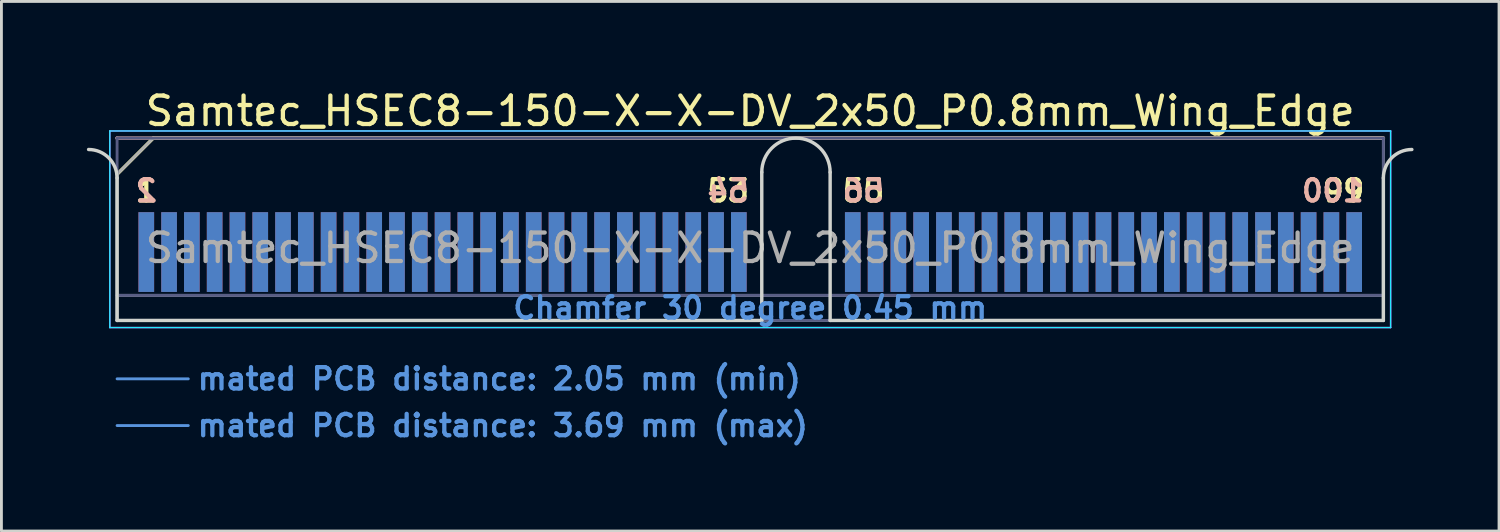
<source format=kicad_pcb>
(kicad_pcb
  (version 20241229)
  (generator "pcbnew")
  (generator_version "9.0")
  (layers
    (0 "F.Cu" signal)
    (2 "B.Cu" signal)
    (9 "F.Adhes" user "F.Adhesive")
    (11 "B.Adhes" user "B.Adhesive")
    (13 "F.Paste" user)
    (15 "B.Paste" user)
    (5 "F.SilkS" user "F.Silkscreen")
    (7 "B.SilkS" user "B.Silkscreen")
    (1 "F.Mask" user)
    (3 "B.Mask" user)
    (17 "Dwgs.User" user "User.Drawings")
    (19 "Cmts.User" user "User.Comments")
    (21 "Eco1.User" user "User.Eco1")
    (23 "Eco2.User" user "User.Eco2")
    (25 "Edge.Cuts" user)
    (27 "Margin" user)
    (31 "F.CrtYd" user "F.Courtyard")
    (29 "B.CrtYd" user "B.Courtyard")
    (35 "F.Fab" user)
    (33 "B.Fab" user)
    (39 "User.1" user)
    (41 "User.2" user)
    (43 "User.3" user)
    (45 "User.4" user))
  (footprint "Samtec_HSEC8-150-X-X-DV_2x50_P0.8mm_Wing_Edge"
    (layer "F.Cu")
    (at 23.285 8.198)
    (property "Reference" "Samtec_HSEC8-150-X-X-DV_2x50_P0.8mm_Wing_Edge" (at 0 -7.35 0) (layer "F.SilkS") (effects (font (size 1 1) (thickness 0.15))))
    (attr exclude_from_pos_files exclude_from_bom)
    (fp_line (start -22.225 -5.13) (end -20.955 -6.4) (stroke (width 0.12) (type solid)) (layer "F.SilkS"))
    (fp_line (start -20.955 -6.4) (end 22.225 -6.4) (stroke (width 0.12) (type solid)) (layer "F.SilkS"))
    (fp_line (start -22.225 -6.4) (end -22.225 -6.4) (stroke (width 0.12) (type solid)) (layer "B.SilkS"))
    (fp_line (start -22.225 -6.4) (end 22.225 -6.4) (stroke (width 0.12) (type solid)) (layer "B.SilkS"))
    (fp_line (start -22.225 2.05) (end -19.725 2.05) (stroke (width 0.1) (type solid)) (layer "Cmts.User"))
    (fp_line (start -22.225 3.69) (end -19.725 3.69) (stroke (width 0.1) (type solid)) (layer "Cmts.User"))
    (fp_line (start -22.225 -5) (end -22.225 0) (stroke (width 0.12) (type solid)) (layer "Edge.Cuts"))
    (fp_line (start -22.225 0) (end 0.405 0) (stroke (width 0.12) (type solid)) (layer "Edge.Cuts"))
    (fp_line (start 0.405 0) (end 0.405 -5.2) (stroke (width 0.12) (type solid)) (layer "Edge.Cuts"))
    (fp_line (start 2.805 -5.2) (end 2.805 0) (stroke (width 0.12) (type solid)) (layer "Edge.Cuts"))
    (fp_line (start 2.805 0) (end 22.225 0) (stroke (width 0.12) (type solid)) (layer "Edge.Cuts"))
    (fp_line (start 22.225 0) (end 22.225 -5) (stroke (width 0.12) (type solid)) (layer "Edge.Cuts"))
    (fp_arc (start -23.225 -6) (mid -22.517893 -5.707107) (end -22.225 -5) (stroke (width 0.12) (type solid)) (layer "Edge.Cuts"))
    (fp_arc (start 0.405 -5.2) (mid 1.605 -6.4) (end 2.805 -5.2) (stroke (width 0.12) (type solid)) (layer "Edge.Cuts"))
    (fp_arc (start 22.225 -5) (mid 22.517893 -5.707107) (end 23.225 -6) (stroke (width 0.12) (type solid)) (layer "Edge.Cuts"))
    (fp_line (start -22.48 -6.65) (end -22.48 0.25) (stroke (width 0.05) (type solid)) (layer "B.CrtYd"))
    (fp_line (start -22.48 0.25) (end 22.48 0.25) (stroke (width 0.05) (type solid)) (layer "B.CrtYd"))
    (fp_line (start 22.48 -6.65) (end -22.48 -6.65) (stroke (width 0.05) (type solid)) (layer "B.CrtYd"))
    (fp_line (start 22.48 0.25) (end 22.48 -6.65) (stroke (width 0.05) (type solid)) (layer "B.CrtYd"))
    (fp_line (start -22.48 -6.65) (end -22.48 0.25) (stroke (width 0.05) (type solid)) (layer "F.CrtYd"))
    (fp_line (start -22.48 0.25) (end 22.48 0.25) (stroke (width 0.05) (type solid)) (layer "F.CrtYd"))
    (fp_line (start 22.48 -6.65) (end -22.48 -6.65) (stroke (width 0.05) (type solid)) (layer "F.CrtYd"))
    (fp_line (start 22.48 0.25) (end 22.48 -6.65) (stroke (width 0.05) (type solid)) (layer "F.CrtYd"))
    (fp_line (start -22.225 -6.4) (end -22.225 -6.4) (stroke (width 0.1) (type solid)) (layer "B.Fab"))
    (fp_line (start -22.225 -6.4) (end -22.225 0) (stroke (width 0.1) (type solid)) (layer "B.Fab"))
    (fp_line (start -22.225 -6.4) (end 22.225 -6.4) (stroke (width 0.1) (type solid)) (layer "B.Fab"))
    (fp_line (start -22.225 -0.88) (end 22.225 -0.88) (stroke (width 0.1) (type solid)) (layer "B.Fab"))
    (fp_line (start -22.225 0) (end 22.225 0) (stroke (width 0.1) (type solid)) (layer "B.Fab"))
    (fp_line (start 22.225 -6.4) (end 22.225 0) (stroke (width 0.1) (type solid)) (layer "B.Fab"))
    (fp_line (start -22.225 -5.13) (end -22.225 0) (stroke (width 0.1) (type solid)) (layer "F.Fab"))
    (fp_line (start -22.225 -5.13) (end -20.955 -6.4) (stroke (width 0.1) (type solid)) (layer "F.Fab"))
    (fp_line (start -22.225 -0.88) (end 22.225 -0.88) (stroke (width 0.1) (type solid)) (layer "F.Fab"))
    (fp_line (start -22.225 0) (end 22.225 0) (stroke (width 0.1) (type solid)) (layer "F.Fab"))
    (fp_line (start -20.955 -6.4) (end 22.225 -6.4) (stroke (width 0.1) (type solid)) (layer "F.Fab"))
    (fp_line (start 22.225 -6.4) (end 22.225 0) (stroke (width 0.1) (type solid)) (layer "F.Fab"))
    (fp_text user "53" (at -0.775 -4.55 0) (layer "F.SilkS") (effects (font (size 0.75 0.75) (thickness 0.15))))
    (fp_text user "99" (at 20.825 -4.55 0) (layer "F.SilkS") (effects (font (size 0.75 0.75) (thickness 0.15))))
    (fp_text user "55" (at 3.975 -4.55 0) (layer "F.SilkS") (effects (font (size 0.75 0.75) (thickness 0.15))))
    (fp_text user "1" (at -21.2 -4.55 0) (layer "F.SilkS") (effects (font (size 0.75 0.75) (thickness 0.15))))
    (fp_text user "54" (at -0.775 -4.55 0) (layer "B.SilkS") (effects (font (size 0.75 0.75) (thickness 0.15)) (justify mirror)))
    (fp_text user "2" (at -21.2 -4.55 0) (layer "B.SilkS") (effects (font (size 0.75 0.75) (thickness 0.15)) (justify mirror)))
    (fp_text user "56" (at 3.975 -4.55 0) (layer "B.SilkS") (effects (font (size 0.75 0.75) (thickness 0.15)) (justify mirror)))
    (fp_text user "100" (at 20.45 -4.55 0) (layer "B.SilkS") (effects (font (size 0.75 0.75) (thickness 0.15)) (justify mirror)))
    (fp_text user "Chamfer 30 degree 0.45 mm" (at 0 -0.44 0) (layer "Cmts.User") (effects (font (size 0.75 0.75) (thickness 0.15))))
    (fp_text user "mated PCB distance: 2.05 mm (min)" (at -19.48 2.05 0) (layer "Cmts.User") (effects (font (size 0.75 0.75) (thickness 0.15)) (justify left)))
    (fp_text user "mated PCB distance: 3.69 mm (max)" (at -19.48 3.69 0) (layer "Cmts.User") (effects (font (size 0.75 0.75) (thickness 0.15)) (justify left)))
    (fp_text user "${REFERENCE}" (at 0 -2.54 0) (layer "F.Fab") (effects (font (size 1 1) (thickness 0.15))))
    (pad "1" connect rect (at -21.2 -2.4) (size 0.55 2.8) (layers "F.Cu" "F.Mask"))
    (pad "2" connect rect (at -21.2 -2.4) (size 0.55 2.8) (layers "B.Cu" "B.Mask"))
    (pad "3" connect rect (at -20.4 -2.4) (size 0.55 2.8) (layers "F.Cu" "F.Mask"))
    (pad "4" connect rect (at -20.4 -2.4) (size 0.55 2.8) (layers "B.Cu" "B.Mask"))
    (pad "5" connect rect (at -19.6 -2.4) (size 0.55 2.8) (layers "F.Cu" "F.Mask"))
    (pad "6" connect rect (at -19.6 -2.4) (size 0.55 2.8) (layers "B.Cu" "B.Mask"))
    (pad "7" connect rect (at -18.8 -2.4) (size 0.55 2.8) (layers "F.Cu" "F.Mask"))
    (pad "8" connect rect (at -18.8 -2.4) (size 0.55 2.8) (layers "B.Cu" "B.Mask"))
    (pad "9" connect rect (at -18 -2.4) (size 0.55 2.8) (layers "F.Cu" "F.Mask"))
    (pad "10" connect rect (at -18 -2.4) (size 0.55 2.8) (layers "B.Cu" "B.Mask"))
    (pad "11" connect rect (at -17.2 -2.4) (size 0.55 2.8) (layers "F.Cu" "F.Mask"))
    (pad "12" connect rect (at -17.2 -2.4) (size 0.55 2.8) (layers "B.Cu" "B.Mask"))
    (pad "13" connect rect (at -16.4 -2.4) (size 0.55 2.8) (layers "F.Cu" "F.Mask"))
    (pad "14" connect rect (at -16.4 -2.4) (size 0.55 2.8) (layers "B.Cu" "B.Mask"))
    (pad "15" connect rect (at -15.6 -2.4) (size 0.55 2.8) (layers "F.Cu" "F.Mask"))
    (pad "16" connect rect (at -15.6 -2.4) (size 0.55 2.8) (layers "B.Cu" "B.Mask"))
    (pad "17" connect rect (at -14.8 -2.4) (size 0.55 2.8) (layers "F.Cu" "F.Mask"))
    (pad "18" connect rect (at -14.8 -2.4) (size 0.55 2.8) (layers "B.Cu" "B.Mask"))
    (pad "19" connect rect (at -14 -2.4) (size 0.55 2.8) (layers "F.Cu" "F.Mask"))
    (pad "20" connect rect (at -14 -2.4) (size 0.55 2.8) (layers "B.Cu" "B.Mask"))
    (pad "21" connect rect (at -13.2 -2.4) (size 0.55 2.8) (layers "F.Cu" "F.Mask"))
    (pad "22" connect rect (at -13.2 -2.4) (size 0.55 2.8) (layers "B.Cu" "B.Mask"))
    (pad "23" connect rect (at -12.4 -2.4) (size 0.55 2.8) (layers "F.Cu" "F.Mask"))
    (pad "24" connect rect (at -12.4 -2.4) (size 0.55 2.8) (layers "B.Cu" "B.Mask"))
    (pad "25" connect rect (at -11.6 -2.4) (size 0.55 2.8) (layers "F.Cu" "F.Mask"))
    (pad "26" connect rect (at -11.6 -2.4) (size 0.55 2.8) (layers "B.Cu" "B.Mask"))
    (pad "27" connect rect (at -10.8 -2.4) (size 0.55 2.8) (layers "F.Cu" "F.Mask"))
    (pad "28" connect rect (at -10.8 -2.4) (size 0.55 2.8) (layers "B.Cu" "B.Mask"))
    (pad "29" connect rect (at -10 -2.4) (size 0.55 2.8) (layers "F.Cu" "F.Mask"))
    (pad "30" connect rect (at -10 -2.4) (size 0.55 2.8) (layers "B.Cu" "B.Mask"))
    (pad "31" connect rect (at -9.2 -2.4) (size 0.55 2.8) (layers "F.Cu" "F.Mask"))
    (pad "32" connect rect (at -9.2 -2.4) (size 0.55 2.8) (layers "B.Cu" "B.Mask"))
    (pad "33" connect rect (at -8.4 -2.4) (size 0.55 2.8) (layers "F.Cu" "F.Mask"))
    (pad "34" connect rect (at -8.4 -2.4) (size 0.55 2.8) (layers "B.Cu" "B.Mask"))
    (pad "35" connect rect (at -7.6 -2.4) (size 0.55 2.8) (layers "F.Cu" "F.Mask"))
    (pad "36" connect rect (at -7.6 -2.4) (size 0.55 2.8) (layers "B.Cu" "B.Mask"))
    (pad "37" connect rect (at -6.8 -2.4) (size 0.55 2.8) (layers "F.Cu" "F.Mask"))
    (pad "38" connect rect (at -6.8 -2.4) (size 0.55 2.8) (layers "B.Cu" "B.Mask"))
    (pad "39" connect rect (at -6 -2.4) (size 0.55 2.8) (layers "F.Cu" "F.Mask"))
    (pad "40" connect rect (at -6 -2.4) (size 0.55 2.8) (layers "B.Cu" "B.Mask"))
    (pad "41" connect rect (at -5.2 -2.4) (size 0.55 2.8) (layers "F.Cu" "F.Mask"))
    (pad "42" connect rect (at -5.2 -2.4) (size 0.55 2.8) (layers "B.Cu" "B.Mask"))
    (pad "43" connect rect (at -4.4 -2.4) (size 0.55 2.8) (layers "F.Cu" "F.Mask"))
    (pad "44" connect rect (at -4.4 -2.4) (size 0.55 2.8) (layers "B.Cu" "B.Mask"))
    (pad "45" connect rect (at -3.6 -2.4) (size 0.55 2.8) (layers "F.Cu" "F.Mask"))
    (pad "46" connect rect (at -3.6 -2.4) (size 0.55 2.8) (layers "B.Cu" "B.Mask"))
    (pad "47" connect rect (at -2.8 -2.4) (size 0.55 2.8) (layers "F.Cu" "F.Mask"))
    (pad "48" connect rect (at -2.8 -2.4) (size 0.55 2.8) (layers "B.Cu" "B.Mask"))
    (pad "49" connect rect (at -2 -2.4) (size 0.55 2.8) (layers "F.Cu" "F.Mask"))
    (pad "50" connect rect (at -2 -2.4) (size 0.55 2.8) (layers "B.Cu" "B.Mask"))
    (pad "51" connect rect (at -1.2 -2.4) (size 0.55 2.8) (layers "F.Cu" "F.Mask"))
    (pad "52" connect rect (at -1.2 -2.4) (size 0.55 2.8) (layers "B.Cu" "B.Mask"))
    (pad "53" connect rect (at -0.4 -2.4) (size 0.55 2.8) (layers "F.Cu" "F.Mask"))
    (pad "54" connect rect (at -0.4 -2.4) (size 0.55 2.8) (layers "B.Cu" "B.Mask"))
    (pad "55" connect rect (at 3.6 -2.4) (size 0.55 2.8) (layers "F.Cu" "F.Mask"))
    (pad "56" connect rect (at 3.6 -2.4) (size 0.55 2.8) (layers "B.Cu" "B.Mask"))
    (pad "57" connect rect (at 4.4 -2.4) (size 0.55 2.8) (layers "F.Cu" "F.Mask"))
    (pad "58" connect rect (at 4.4 -2.4) (size 0.55 2.8) (layers "B.Cu" "B.Mask"))
    (pad "59" connect rect (at 5.2 -2.4) (size 0.55 2.8) (layers "F.Cu" "F.Mask"))
    (pad "60" connect rect (at 5.2 -2.4) (size 0.55 2.8) (layers "B.Cu" "B.Mask"))
    (pad "61" connect rect (at 6 -2.4) (size 0.55 2.8) (layers "F.Cu" "F.Mask"))
    (pad "62" connect rect (at 6 -2.4) (size 0.55 2.8) (layers "B.Cu" "B.Mask"))
    (pad "63" connect rect (at 6.8 -2.4) (size 0.55 2.8) (layers "F.Cu" "F.Mask"))
    (pad "64" connect rect (at 6.8 -2.4) (size 0.55 2.8) (layers "B.Cu" "B.Mask"))
    (pad "65" connect rect (at 7.6 -2.4) (size 0.55 2.8) (layers "F.Cu" "F.Mask"))
    (pad "66" connect rect (at 7.6 -2.4) (size 0.55 2.8) (layers "B.Cu" "B.Mask"))
    (pad "67" connect rect (at 8.4 -2.4) (size 0.55 2.8) (layers "F.Cu" "F.Mask"))
    (pad "68" connect rect (at 8.4 -2.4) (size 0.55 2.8) (layers "B.Cu" "B.Mask"))
    (pad "69" connect rect (at 9.2 -2.4) (size 0.55 2.8) (layers "F.Cu" "F.Mask"))
    (pad "70" connect rect (at 9.2 -2.4) (size 0.55 2.8) (layers "B.Cu" "B.Mask"))
    (pad "71" connect rect (at 10 -2.4) (size 0.55 2.8) (layers "F.Cu" "F.Mask"))
    (pad "72" connect rect (at 10 -2.4) (size 0.55 2.8) (layers "B.Cu" "B.Mask"))
    (pad "73" connect rect (at 10.8 -2.4) (size 0.55 2.8) (layers "F.Cu" "F.Mask"))
    (pad "74" connect rect (at 10.8 -2.4) (size 0.55 2.8) (layers "B.Cu" "B.Mask"))
    (pad "75" connect rect (at 11.6 -2.4) (size 0.55 2.8) (layers "F.Cu" "F.Mask"))
    (pad "76" connect rect (at 11.6 -2.4) (size 0.55 2.8) (layers "B.Cu" "B.Mask"))
    (pad "77" connect rect (at 12.4 -2.4) (size 0.55 2.8) (layers "F.Cu" "F.Mask"))
    (pad "78" connect rect (at 12.4 -2.4) (size 0.55 2.8) (layers "B.Cu" "B.Mask"))
    (pad "79" connect rect (at 13.2 -2.4) (size 0.55 2.8) (layers "F.Cu" "F.Mask"))
    (pad "80" connect rect (at 13.2 -2.4) (size 0.55 2.8) (layers "B.Cu" "B.Mask"))
    (pad "81" connect rect (at 14 -2.4) (size 0.55 2.8) (layers "F.Cu" "F.Mask"))
    (pad "82" connect rect (at 14 -2.4) (size 0.55 2.8) (layers "B.Cu" "B.Mask"))
    (pad "83" connect rect (at 14.8 -2.4) (size 0.55 2.8) (layers "F.Cu" "F.Mask"))
    (pad "84" connect rect (at 14.8 -2.4) (size 0.55 2.8) (layers "B.Cu" "B.Mask"))
    (pad "85" connect rect (at 15.6 -2.4) (size 0.55 2.8) (layers "F.Cu" "F.Mask"))
    (pad "86" connect rect (at 15.6 -2.4) (size 0.55 2.8) (layers "B.Cu" "B.Mask"))
    (pad "87" connect rect (at 16.4 -2.4) (size 0.55 2.8) (layers "F.Cu" "F.Mask"))
    (pad "88" connect rect (at 16.4 -2.4) (size 0.55 2.8) (layers "B.Cu" "B.Mask"))
    (pad "89" connect rect (at 17.2 -2.4) (size 0.55 2.8) (layers "F.Cu" "F.Mask"))
    (pad "90" connect rect (at 17.2 -2.4) (size 0.55 2.8) (layers "B.Cu" "B.Mask"))
    (pad "91" connect rect (at 18 -2.4) (size 0.55 2.8) (layers "F.Cu" "F.Mask"))
    (pad "92" connect rect (at 18 -2.4) (size 0.55 2.8) (layers "B.Cu" "B.Mask"))
    (pad "93" connect rect (at 18.8 -2.4) (size 0.55 2.8) (layers "F.Cu" "F.Mask"))
    (pad "94" connect rect (at 18.8 -2.4) (size 0.55 2.8) (layers "B.Cu" "B.Mask"))
    (pad "95" connect rect (at 19.6 -2.4) (size 0.55 2.8) (layers "F.Cu" "F.Mask"))
    (pad "96" connect rect (at 19.6 -2.4) (size 0.55 2.8) (layers "B.Cu" "B.Mask"))
    (pad "97" connect rect (at 20.4 -2.4) (size 0.55 2.8) (layers "F.Cu" "F.Mask"))
    (pad "98" connect rect (at 20.4 -2.4) (size 0.55 2.8) (layers "B.Cu" "B.Mask"))
    (pad "99" connect rect (at 21.2 -2.4) (size 0.55 2.8) (layers "F.Cu" "F.Mask"))
    (pad "100" connect rect (at 21.2 -2.4) (size 0.55 2.8) (layers "B.Cu" "B.Mask")))
  (gr_rect
    (start -3 -3)
    (end 49.57 15.59)
    (stroke (width 0.1) (type default))
    (fill no)
    (layer "Edge.Cuts")))
</source>
